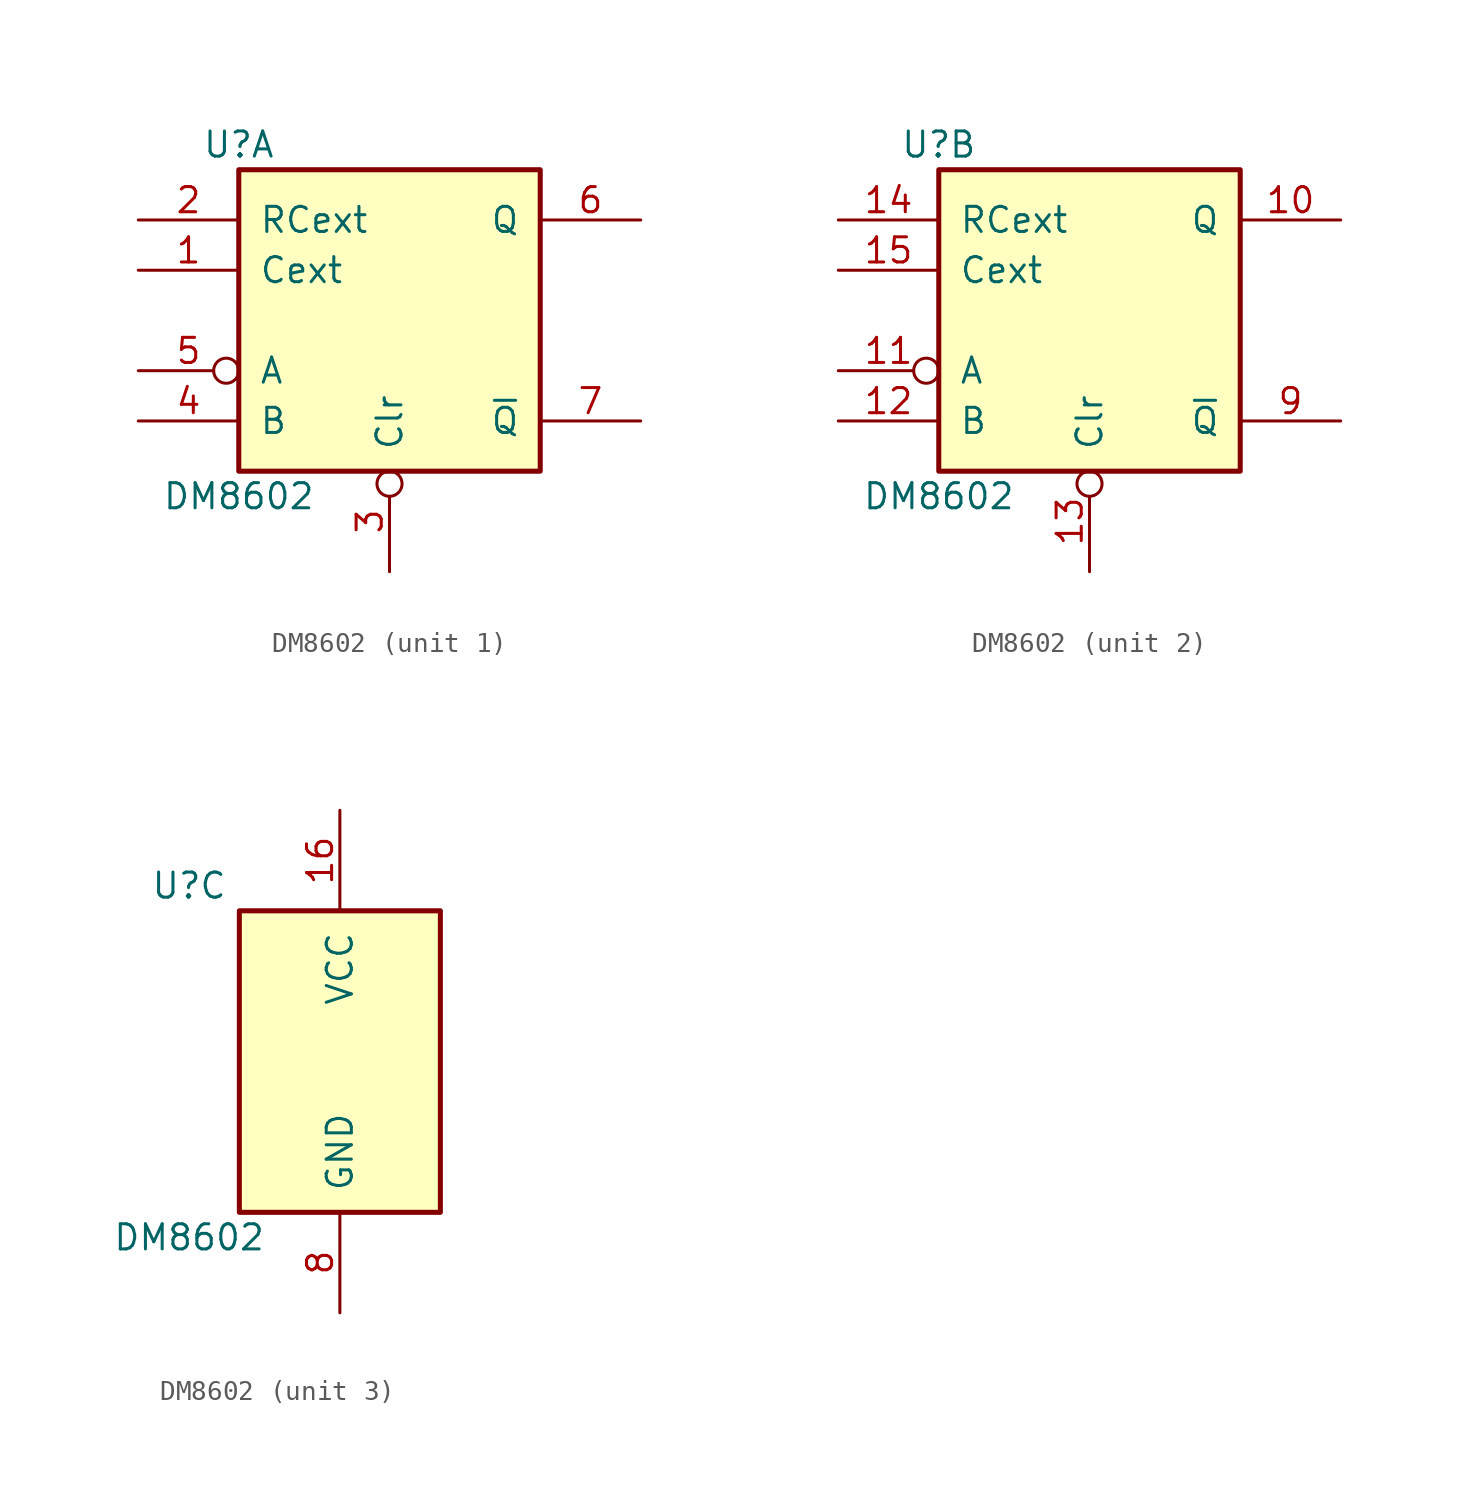
<source format=kicad_sym>
(kicad_symbol_lib
  (version 20220914)
  (generator kicad_symbol_editor)
  (symbol "DM8602"
    (pin_names
      (offset 1.016))
    (property "Reference" "U"
      (at -7.62 8.89 0)
      (effects (font (size 1.27 1.27))))
    (property "Value" "DM8602"
      (at -7.62 -8.89 0)
      (effects (font (size 1.27 1.27))))
    (property "ki_locked" ""
      (at 0 0 0)
      (effects (font (size 1.27 1.27))))
    (symbol "DM8602_1_0"
      (pin input line (at -12.7 2.54 0) (length 5.08) (name "Cext" (effects (font (size 1.27 1.27)))) (number "1" (effects (font (size 1.27 1.27)))))
      (pin input line (at -12.7 5.08 0) (length 5.08) (name "RCext" (effects (font (size 1.27 1.27)))) (number "2" (effects (font (size 1.27 1.27)))))
      (pin input inverted (at 0 -12.7 90) (length 5.08) (name "Clr" (effects (font (size 1.27 1.27)))) (number "3" (effects (font (size 1.27 1.27)))))
      (pin input line (at -12.7 -5.08 0) (length 5.08) (name "B" (effects (font (size 1.27 1.27)))) (number "4" (effects (font (size 1.27 1.27)))))
      (pin input inverted (at -12.7 -2.54 0) (length 5.08) (name "A" (effects (font (size 1.27 1.27)))) (number "5" (effects (font (size 1.27 1.27)))))
      (pin output line (at 12.7 5.08 180) (length 5.08) (name "Q" (effects (font (size 1.27 1.27)))) (number "6" (effects (font (size 1.27 1.27)))))
      (pin output line (at 12.7 -5.08 180) (length 5.08) (name "~{Q}" (effects (font (size 1.27 1.27)))) (number "7" (effects (font (size 1.27 1.27))))))
    (symbol "DM8602_1_1"
      (rectangle (start -7.62 7.62) (end 7.62 -7.62) (stroke (width 0.254) (type default)) (fill (type background))))
    (symbol "DM8602_2_0"
      (pin output line (at 12.7 5.08 180) (length 5.08) (name "Q" (effects (font (size 1.27 1.27)))) (number "10" (effects (font (size 1.27 1.27)))))
      (pin input inverted (at -12.7 -2.54 0) (length 5.08) (name "A" (effects (font (size 1.27 1.27)))) (number "11" (effects (font (size 1.27 1.27)))))
      (pin input line (at -12.7 -5.08 0) (length 5.08) (name "B" (effects (font (size 1.27 1.27)))) (number "12" (effects (font (size 1.27 1.27)))))
      (pin input inverted (at 0 -12.7 90) (length 5.08) (name "Clr" (effects (font (size 1.27 1.27)))) (number "13" (effects (font (size 1.27 1.27)))))
      (pin input line (at -12.7 5.08 0) (length 5.08) (name "RCext" (effects (font (size 1.27 1.27)))) (number "14" (effects (font (size 1.27 1.27)))))
      (pin input line (at -12.7 2.54 0) (length 5.08) (name "Cext" (effects (font (size 1.27 1.27)))) (number "15" (effects (font (size 1.27 1.27)))))
      (pin output line (at 12.7 -5.08 180) (length 5.08) (name "~{Q}" (effects (font (size 1.27 1.27)))) (number "9" (effects (font (size 1.27 1.27))))))
    (symbol "DM8602_2_1"
      (rectangle (start -7.62 7.62) (end 7.62 -7.62) (stroke (width 0.254) (type default)) (fill (type background))))
    (symbol "DM8602_3_0"
      (pin power_in line (at 0 12.7 270) (length 5.08) (name "VCC" (effects (font (size 1.27 1.27)))) (number "16" (effects (font (size 1.27 1.27)))))
      (pin power_in line (at 0 -12.7 90) (length 5.08) (name "GND" (effects (font (size 1.27 1.27)))) (number "8" (effects (font (size 1.27 1.27))))))
    (symbol "DM8602_3_1"
      (rectangle (start -5.08 7.62) (end 5.08 -7.62) (stroke (width 0.254) (type default)) (fill (type background))))))
</source>
